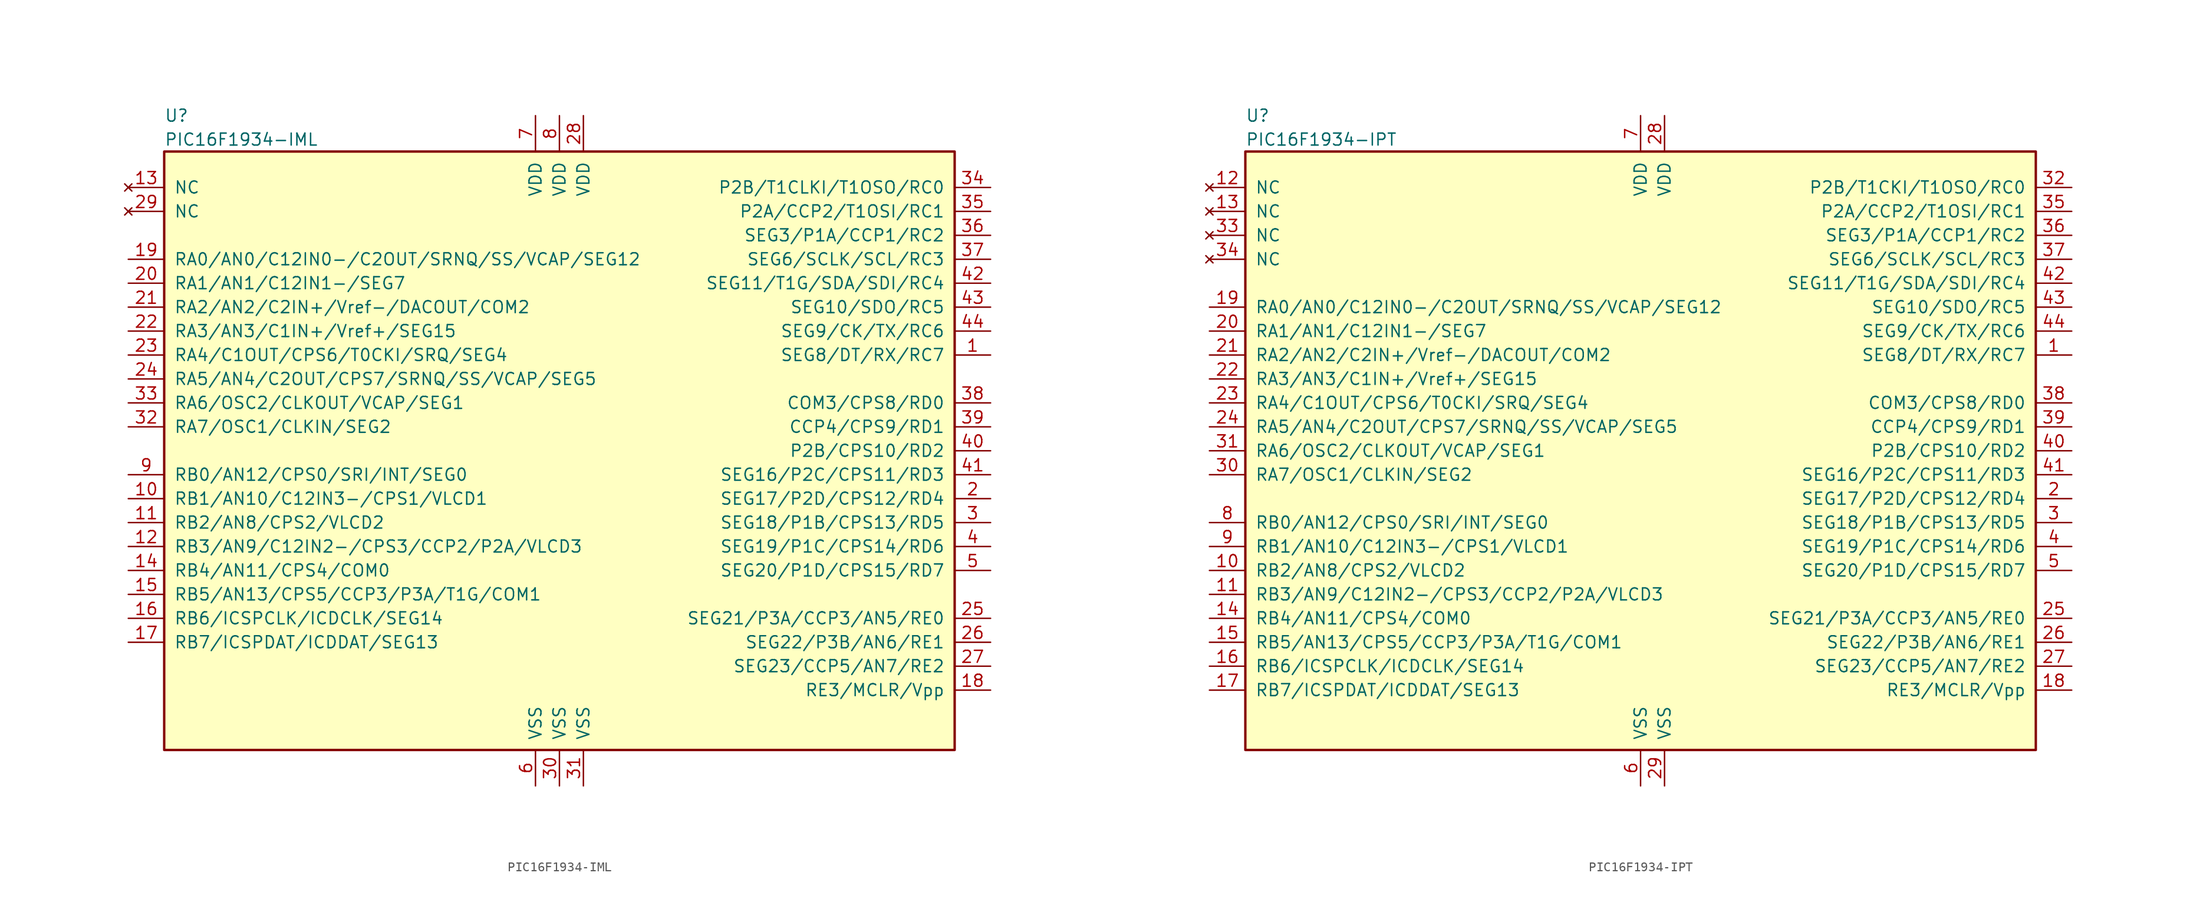
<source format=kicad_sym>
(kicad_symbol_lib
  (version 20200908)
  (generator kicad_symbol_editor)
  (symbol "MCU_Microchip_PIC16:PIC16F1934-IML"
    (pin_names
      (offset 1.016))
    (property "Reference" "U"
      (at -41.91 35.56 0)
      (effects (font (size 1.27 1.27)) (justify left)))
    (property "Value" "PIC16F1934-IML"
      (at -41.91 33.02 0)
      (effects (font (size 1.27 1.27)) (justify left)))
    (symbol "PIC16F1934-IML_0_1"
      (rectangle (start -41.91 31.75) (end 41.91 -31.75) (stroke (width 0.254)) (fill (type background))))
    (symbol "PIC16F1934-IML_1_1"
      (pin bidirectional line (at 45.72 10.16 180) (length 3.81) (name "SEG8/DT/RX/RC7" (effects (font (size 1.27 1.27)))) (number "1" (effects (font (size 1.27 1.27)))))
      (pin bidirectional line (at -45.72 -5.08 0) (length 3.81) (name "RB1/AN10/C12IN3-/CPS1/VLCD1" (effects (font (size 1.27 1.27)))) (number "10" (effects (font (size 1.27 1.27)))))
      (pin bidirectional line (at -45.72 -7.62 0) (length 3.81) (name "RB2/AN8/CPS2/VLCD2" (effects (font (size 1.27 1.27)))) (number "11" (effects (font (size 1.27 1.27)))))
      (pin bidirectional line (at -45.72 -10.16 0) (length 3.81) (name "RB3/AN9/C12IN2-/CPS3/CCP2/P2A/VLCD3" (effects (font (size 1.27 1.27)))) (number "12" (effects (font (size 1.27 1.27)))))
      (pin unconnected line (at -45.72 27.94 0) (length 3.81) (name "NC" (effects (font (size 1.27 1.27)))) (number "13" (effects (font (size 1.27 1.27)))))
      (pin bidirectional line (at -45.72 -12.7 0) (length 3.81) (name "RB4/AN11/CPS4/COM0" (effects (font (size 1.27 1.27)))) (number "14" (effects (font (size 1.27 1.27)))))
      (pin bidirectional line (at -45.72 -15.24 0) (length 3.81) (name "RB5/AN13/CPS5/CCP3/P3A/T1G/COM1" (effects (font (size 1.27 1.27)))) (number "15" (effects (font (size 1.27 1.27)))))
      (pin bidirectional line (at -45.72 -17.78 0) (length 3.81) (name "RB6/ICSPCLK/ICDCLK/SEG14" (effects (font (size 1.27 1.27)))) (number "16" (effects (font (size 1.27 1.27)))))
      (pin bidirectional line (at -45.72 -20.32 0) (length 3.81) (name "RB7/ICSPDAT/ICDDAT/SEG13" (effects (font (size 1.27 1.27)))) (number "17" (effects (font (size 1.27 1.27)))))
      (pin bidirectional line (at 45.72 -25.4 180) (length 3.81) (name "RE3/MCLR/Vpp" (effects (font (size 1.27 1.27)))) (number "18" (effects (font (size 1.27 1.27)))))
      (pin bidirectional line (at -45.72 20.32 0) (length 3.81) (name "RA0/AN0/C12IN0-/C2OUT/SRNQ/SS/VCAP/SEG12" (effects (font (size 1.27 1.27)))) (number "19" (effects (font (size 1.27 1.27)))))
      (pin bidirectional line (at 45.72 -5.08 180) (length 3.81) (name "SEG17/P2D/CPS12/RD4" (effects (font (size 1.27 1.27)))) (number "2" (effects (font (size 1.27 1.27)))))
      (pin bidirectional line (at -45.72 17.78 0) (length 3.81) (name "RA1/AN1/C12IN1-/SEG7" (effects (font (size 1.27 1.27)))) (number "20" (effects (font (size 1.27 1.27)))))
      (pin bidirectional line (at -45.72 15.24 0) (length 3.81) (name "RA2/AN2/C2IN+/Vref-/DACOUT/COM2" (effects (font (size 1.27 1.27)))) (number "21" (effects (font (size 1.27 1.27)))))
      (pin bidirectional line (at -45.72 12.7 0) (length 3.81) (name "RA3/AN3/C1IN+/Vref+/SEG15" (effects (font (size 1.27 1.27)))) (number "22" (effects (font (size 1.27 1.27)))))
      (pin bidirectional line (at -45.72 10.16 0) (length 3.81) (name "RA4/C1OUT/CPS6/T0CKI/SRQ/SEG4" (effects (font (size 1.27 1.27)))) (number "23" (effects (font (size 1.27 1.27)))))
      (pin bidirectional line (at -45.72 7.62 0) (length 3.81) (name "RA5/AN4/C2OUT/CPS7/SRNQ/SS/VCAP/SEG5" (effects (font (size 1.27 1.27)))) (number "24" (effects (font (size 1.27 1.27)))))
      (pin bidirectional line (at 45.72 -17.78 180) (length 3.81) (name "SEG21/P3A/CCP3/AN5/RE0" (effects (font (size 1.27 1.27)))) (number "25" (effects (font (size 1.27 1.27)))))
      (pin bidirectional line (at 45.72 -20.32 180) (length 3.81) (name "SEG22/P3B/AN6/RE1" (effects (font (size 1.27 1.27)))) (number "26" (effects (font (size 1.27 1.27)))))
      (pin bidirectional line (at 45.72 -22.86 180) (length 3.81) (name "SEG23/CCP5/AN7/RE2" (effects (font (size 1.27 1.27)))) (number "27" (effects (font (size 1.27 1.27)))))
      (pin power_in line (at 2.54 35.56 270) (length 3.81) (name "VDD" (effects (font (size 1.27 1.27)))) (number "28" (effects (font (size 1.27 1.27)))))
      (pin unconnected line (at -45.72 25.4 0) (length 3.81) (name "NC" (effects (font (size 1.27 1.27)))) (number "29" (effects (font (size 1.27 1.27)))))
      (pin bidirectional line (at 45.72 -7.62 180) (length 3.81) (name "SEG18/P1B/CPS13/RD5" (effects (font (size 1.27 1.27)))) (number "3" (effects (font (size 1.27 1.27)))))
      (pin power_in line (at 0 -35.56 90) (length 3.81) (name "VSS" (effects (font (size 1.27 1.27)))) (number "30" (effects (font (size 1.27 1.27)))))
      (pin power_in line (at 2.54 -35.56 90) (length 3.81) (name "VSS" (effects (font (size 1.27 1.27)))) (number "31" (effects (font (size 1.27 1.27)))))
      (pin bidirectional line (at -45.72 2.54 0) (length 3.81) (name "RA7/OSC1/CLKIN/SEG2" (effects (font (size 1.27 1.27)))) (number "32" (effects (font (size 1.27 1.27)))))
      (pin bidirectional line (at -45.72 5.08 0) (length 3.81) (name "RA6/OSC2/CLKOUT/VCAP/SEG1" (effects (font (size 1.27 1.27)))) (number "33" (effects (font (size 1.27 1.27)))))
      (pin bidirectional line (at 45.72 27.94 180) (length 3.81) (name "P2B/T1CLKI/T1OSO/RC0" (effects (font (size 1.27 1.27)))) (number "34" (effects (font (size 1.27 1.27)))))
      (pin bidirectional line (at 45.72 25.4 180) (length 3.81) (name "P2A/CCP2/T1OSI/RC1" (effects (font (size 1.27 1.27)))) (number "35" (effects (font (size 1.27 1.27)))))
      (pin bidirectional line (at 45.72 22.86 180) (length 3.81) (name "SEG3/P1A/CCP1/RC2" (effects (font (size 1.27 1.27)))) (number "36" (effects (font (size 1.27 1.27)))))
      (pin bidirectional line (at 45.72 20.32 180) (length 3.81) (name "SEG6/SCLK/SCL/RC3" (effects (font (size 1.27 1.27)))) (number "37" (effects (font (size 1.27 1.27)))))
      (pin bidirectional line (at 45.72 5.08 180) (length 3.81) (name "COM3/CPS8/RD0" (effects (font (size 1.27 1.27)))) (number "38" (effects (font (size 1.27 1.27)))))
      (pin bidirectional line (at 45.72 2.54 180) (length 3.81) (name "CCP4/CPS9/RD1" (effects (font (size 1.27 1.27)))) (number "39" (effects (font (size 1.27 1.27)))))
      (pin bidirectional line (at 45.72 -10.16 180) (length 3.81) (name "SEG19/P1C/CPS14/RD6" (effects (font (size 1.27 1.27)))) (number "4" (effects (font (size 1.27 1.27)))))
      (pin bidirectional line (at 45.72 0 180) (length 3.81) (name "P2B/CPS10/RD2" (effects (font (size 1.27 1.27)))) (number "40" (effects (font (size 1.27 1.27)))))
      (pin bidirectional line (at 45.72 -2.54 180) (length 3.81) (name "SEG16/P2C/CPS11/RD3" (effects (font (size 1.27 1.27)))) (number "41" (effects (font (size 1.27 1.27)))))
      (pin bidirectional line (at 45.72 17.78 180) (length 3.81) (name "SEG11/T1G/SDA/SDI/RC4" (effects (font (size 1.27 1.27)))) (number "42" (effects (font (size 1.27 1.27)))))
      (pin bidirectional line (at 45.72 15.24 180) (length 3.81) (name "SEG10/SDO/RC5" (effects (font (size 1.27 1.27)))) (number "43" (effects (font (size 1.27 1.27)))))
      (pin bidirectional line (at 45.72 12.7 180) (length 3.81) (name "SEG9/CK/TX/RC6" (effects (font (size 1.27 1.27)))) (number "44" (effects (font (size 1.27 1.27)))))
      (pin bidirectional line (at 45.72 -12.7 180) (length 3.81) (name "SEG20/P1D/CPS15/RD7" (effects (font (size 1.27 1.27)))) (number "5" (effects (font (size 1.27 1.27)))))
      (pin bidirectional line (at -2.54 -35.56 90) (length 3.81) (name "VSS" (effects (font (size 1.27 1.27)))) (number "6" (effects (font (size 1.27 1.27)))))
      (pin bidirectional line (at -2.54 35.56 270) (length 3.81) (name "VDD" (effects (font (size 1.27 1.27)))) (number "7" (effects (font (size 1.27 1.27)))))
      (pin bidirectional line (at 0 35.56 270) (length 3.81) (name "VDD" (effects (font (size 1.27 1.27)))) (number "8" (effects (font (size 1.27 1.27)))))
      (pin bidirectional line (at -45.72 -2.54 0) (length 3.81) (name "RB0/AN12/CPS0/SRI/INT/SEG0" (effects (font (size 1.27 1.27)))) (number "9" (effects (font (size 1.27 1.27)))))))
  (symbol "MCU_Microchip_PIC16:PIC16F1934-IPT"
    (pin_names
      (offset 1.016))
    (property "Reference" "U"
      (at -41.91 35.56 0)
      (effects (font (size 1.27 1.27)) (justify left)))
    (property "Value" "PIC16F1934-IPT"
      (at -41.91 33.02 0)
      (effects (font (size 1.27 1.27)) (justify left)))
    (symbol "PIC16F1934-IPT_0_1"
      (rectangle (start -41.91 31.75) (end 41.91 -31.75) (stroke (width 0.254)) (fill (type background))))
    (symbol "PIC16F1934-IPT_1_1"
      (pin bidirectional line (at 45.72 10.16 180) (length 3.81) (name "SEG8/DT/RX/RC7" (effects (font (size 1.27 1.27)))) (number "1" (effects (font (size 1.27 1.27)))))
      (pin bidirectional line (at -45.72 -12.7 0) (length 3.81) (name "RB2/AN8/CPS2/VLCD2" (effects (font (size 1.27 1.27)))) (number "10" (effects (font (size 1.27 1.27)))))
      (pin bidirectional line (at -45.72 -15.24 0) (length 3.81) (name "RB3/AN9/C12IN2-/CPS3/CCP2/P2A/VLCD3" (effects (font (size 1.27 1.27)))) (number "11" (effects (font (size 1.27 1.27)))))
      (pin unconnected line (at -45.72 27.94 0) (length 3.81) (name "NC" (effects (font (size 1.27 1.27)))) (number "12" (effects (font (size 1.27 1.27)))))
      (pin unconnected line (at -45.72 25.4 0) (length 3.81) (name "NC" (effects (font (size 1.27 1.27)))) (number "13" (effects (font (size 1.27 1.27)))))
      (pin bidirectional line (at -45.72 -17.78 0) (length 3.81) (name "RB4/AN11/CPS4/COM0" (effects (font (size 1.27 1.27)))) (number "14" (effects (font (size 1.27 1.27)))))
      (pin bidirectional line (at -45.72 -20.32 0) (length 3.81) (name "RB5/AN13/CPS5/CCP3/P3A/T1G/COM1" (effects (font (size 1.27 1.27)))) (number "15" (effects (font (size 1.27 1.27)))))
      (pin bidirectional line (at -45.72 -22.86 0) (length 3.81) (name "RB6/ICSPCLK/ICDCLK/SEG14" (effects (font (size 1.27 1.27)))) (number "16" (effects (font (size 1.27 1.27)))))
      (pin bidirectional line (at -45.72 -25.4 0) (length 3.81) (name "RB7/ICSPDAT/ICDDAT/SEG13" (effects (font (size 1.27 1.27)))) (number "17" (effects (font (size 1.27 1.27)))))
      (pin bidirectional line (at 45.72 -25.4 180) (length 3.81) (name "RE3/MCLR/Vpp" (effects (font (size 1.27 1.27)))) (number "18" (effects (font (size 1.27 1.27)))))
      (pin bidirectional line (at -45.72 15.24 0) (length 3.81) (name "RA0/AN0/C12IN0-/C2OUT/SRNQ/SS/VCAP/SEG12" (effects (font (size 1.27 1.27)))) (number "19" (effects (font (size 1.27 1.27)))))
      (pin bidirectional line (at 45.72 -5.08 180) (length 3.81) (name "SEG17/P2D/CPS12/RD4" (effects (font (size 1.27 1.27)))) (number "2" (effects (font (size 1.27 1.27)))))
      (pin bidirectional line (at -45.72 12.7 0) (length 3.81) (name "RA1/AN1/C12IN1-/SEG7" (effects (font (size 1.27 1.27)))) (number "20" (effects (font (size 1.27 1.27)))))
      (pin bidirectional line (at -45.72 10.16 0) (length 3.81) (name "RA2/AN2/C2IN+/Vref-/DACOUT/COM2" (effects (font (size 1.27 1.27)))) (number "21" (effects (font (size 1.27 1.27)))))
      (pin bidirectional line (at -45.72 7.62 0) (length 3.81) (name "RA3/AN3/C1IN+/Vref+/SEG15" (effects (font (size 1.27 1.27)))) (number "22" (effects (font (size 1.27 1.27)))))
      (pin bidirectional line (at -45.72 5.08 0) (length 3.81) (name "RA4/C1OUT/CPS6/T0CKI/SRQ/SEG4" (effects (font (size 1.27 1.27)))) (number "23" (effects (font (size 1.27 1.27)))))
      (pin bidirectional line (at -45.72 2.54 0) (length 3.81) (name "RA5/AN4/C2OUT/CPS7/SRNQ/SS/VCAP/SEG5" (effects (font (size 1.27 1.27)))) (number "24" (effects (font (size 1.27 1.27)))))
      (pin bidirectional line (at 45.72 -17.78 180) (length 3.81) (name "SEG21/P3A/CCP3/AN5/RE0" (effects (font (size 1.27 1.27)))) (number "25" (effects (font (size 1.27 1.27)))))
      (pin bidirectional line (at 45.72 -20.32 180) (length 3.81) (name "SEG22/P3B/AN6/RE1" (effects (font (size 1.27 1.27)))) (number "26" (effects (font (size 1.27 1.27)))))
      (pin bidirectional line (at 45.72 -22.86 180) (length 3.81) (name "SEG23/CCP5/AN7/RE2" (effects (font (size 1.27 1.27)))) (number "27" (effects (font (size 1.27 1.27)))))
      (pin power_in line (at 2.54 35.56 270) (length 3.81) (name "VDD" (effects (font (size 1.27 1.27)))) (number "28" (effects (font (size 1.27 1.27)))))
      (pin power_in line (at 2.54 -35.56 90) (length 3.81) (name "VSS" (effects (font (size 1.27 1.27)))) (number "29" (effects (font (size 1.27 1.27)))))
      (pin bidirectional line (at 45.72 -7.62 180) (length 3.81) (name "SEG18/P1B/CPS13/RD5" (effects (font (size 1.27 1.27)))) (number "3" (effects (font (size 1.27 1.27)))))
      (pin bidirectional line (at -45.72 -2.54 0) (length 3.81) (name "RA7/OSC1/CLKIN/SEG2" (effects (font (size 1.27 1.27)))) (number "30" (effects (font (size 1.27 1.27)))))
      (pin bidirectional line (at -45.72 0 0) (length 3.81) (name "RA6/OSC2/CLKOUT/VCAP/SEG1" (effects (font (size 1.27 1.27)))) (number "31" (effects (font (size 1.27 1.27)))))
      (pin bidirectional line (at 45.72 27.94 180) (length 3.81) (name "P2B/T1CKI/T1OSO/RC0" (effects (font (size 1.27 1.27)))) (number "32" (effects (font (size 1.27 1.27)))))
      (pin unconnected line (at -45.72 22.86 0) (length 3.81) (name "NC" (effects (font (size 1.27 1.27)))) (number "33" (effects (font (size 1.27 1.27)))))
      (pin unconnected line (at -45.72 20.32 0) (length 3.81) (name "NC" (effects (font (size 1.27 1.27)))) (number "34" (effects (font (size 1.27 1.27)))))
      (pin bidirectional line (at 45.72 25.4 180) (length 3.81) (name "P2A/CCP2/T1OSI/RC1" (effects (font (size 1.27 1.27)))) (number "35" (effects (font (size 1.27 1.27)))))
      (pin bidirectional line (at 45.72 22.86 180) (length 3.81) (name "SEG3/P1A/CCP1/RC2" (effects (font (size 1.27 1.27)))) (number "36" (effects (font (size 1.27 1.27)))))
      (pin bidirectional line (at 45.72 20.32 180) (length 3.81) (name "SEG6/SCLK/SCL/RC3" (effects (font (size 1.27 1.27)))) (number "37" (effects (font (size 1.27 1.27)))))
      (pin bidirectional line (at 45.72 5.08 180) (length 3.81) (name "COM3/CPS8/RD0" (effects (font (size 1.27 1.27)))) (number "38" (effects (font (size 1.27 1.27)))))
      (pin bidirectional line (at 45.72 2.54 180) (length 3.81) (name "CCP4/CPS9/RD1" (effects (font (size 1.27 1.27)))) (number "39" (effects (font (size 1.27 1.27)))))
      (pin bidirectional line (at 45.72 -10.16 180) (length 3.81) (name "SEG19/P1C/CPS14/RD6" (effects (font (size 1.27 1.27)))) (number "4" (effects (font (size 1.27 1.27)))))
      (pin bidirectional line (at 45.72 0 180) (length 3.81) (name "P2B/CPS10/RD2" (effects (font (size 1.27 1.27)))) (number "40" (effects (font (size 1.27 1.27)))))
      (pin bidirectional line (at 45.72 -2.54 180) (length 3.81) (name "SEG16/P2C/CPS11/RD3" (effects (font (size 1.27 1.27)))) (number "41" (effects (font (size 1.27 1.27)))))
      (pin bidirectional line (at 45.72 17.78 180) (length 3.81) (name "SEG11/T1G/SDA/SDI/RC4" (effects (font (size 1.27 1.27)))) (number "42" (effects (font (size 1.27 1.27)))))
      (pin bidirectional line (at 45.72 15.24 180) (length 3.81) (name "SEG10/SDO/RC5" (effects (font (size 1.27 1.27)))) (number "43" (effects (font (size 1.27 1.27)))))
      (pin bidirectional line (at 45.72 12.7 180) (length 3.81) (name "SEG9/CK/TX/RC6" (effects (font (size 1.27 1.27)))) (number "44" (effects (font (size 1.27 1.27)))))
      (pin bidirectional line (at 45.72 -12.7 180) (length 3.81) (name "SEG20/P1D/CPS15/RD7" (effects (font (size 1.27 1.27)))) (number "5" (effects (font (size 1.27 1.27)))))
      (pin bidirectional line (at 0 -35.56 90) (length 3.81) (name "VSS" (effects (font (size 1.27 1.27)))) (number "6" (effects (font (size 1.27 1.27)))))
      (pin bidirectional line (at 0 35.56 270) (length 3.81) (name "VDD" (effects (font (size 1.27 1.27)))) (number "7" (effects (font (size 1.27 1.27)))))
      (pin bidirectional line (at -45.72 -7.62 0) (length 3.81) (name "RB0/AN12/CPS0/SRI/INT/SEG0" (effects (font (size 1.27 1.27)))) (number "8" (effects (font (size 1.27 1.27)))))
      (pin bidirectional line (at -45.72 -10.16 0) (length 3.81) (name "RB1/AN10/C12IN3-/CPS1/VLCD1" (effects (font (size 1.27 1.27)))) (number "9" (effects (font (size 1.27 1.27))))))))
</source>
